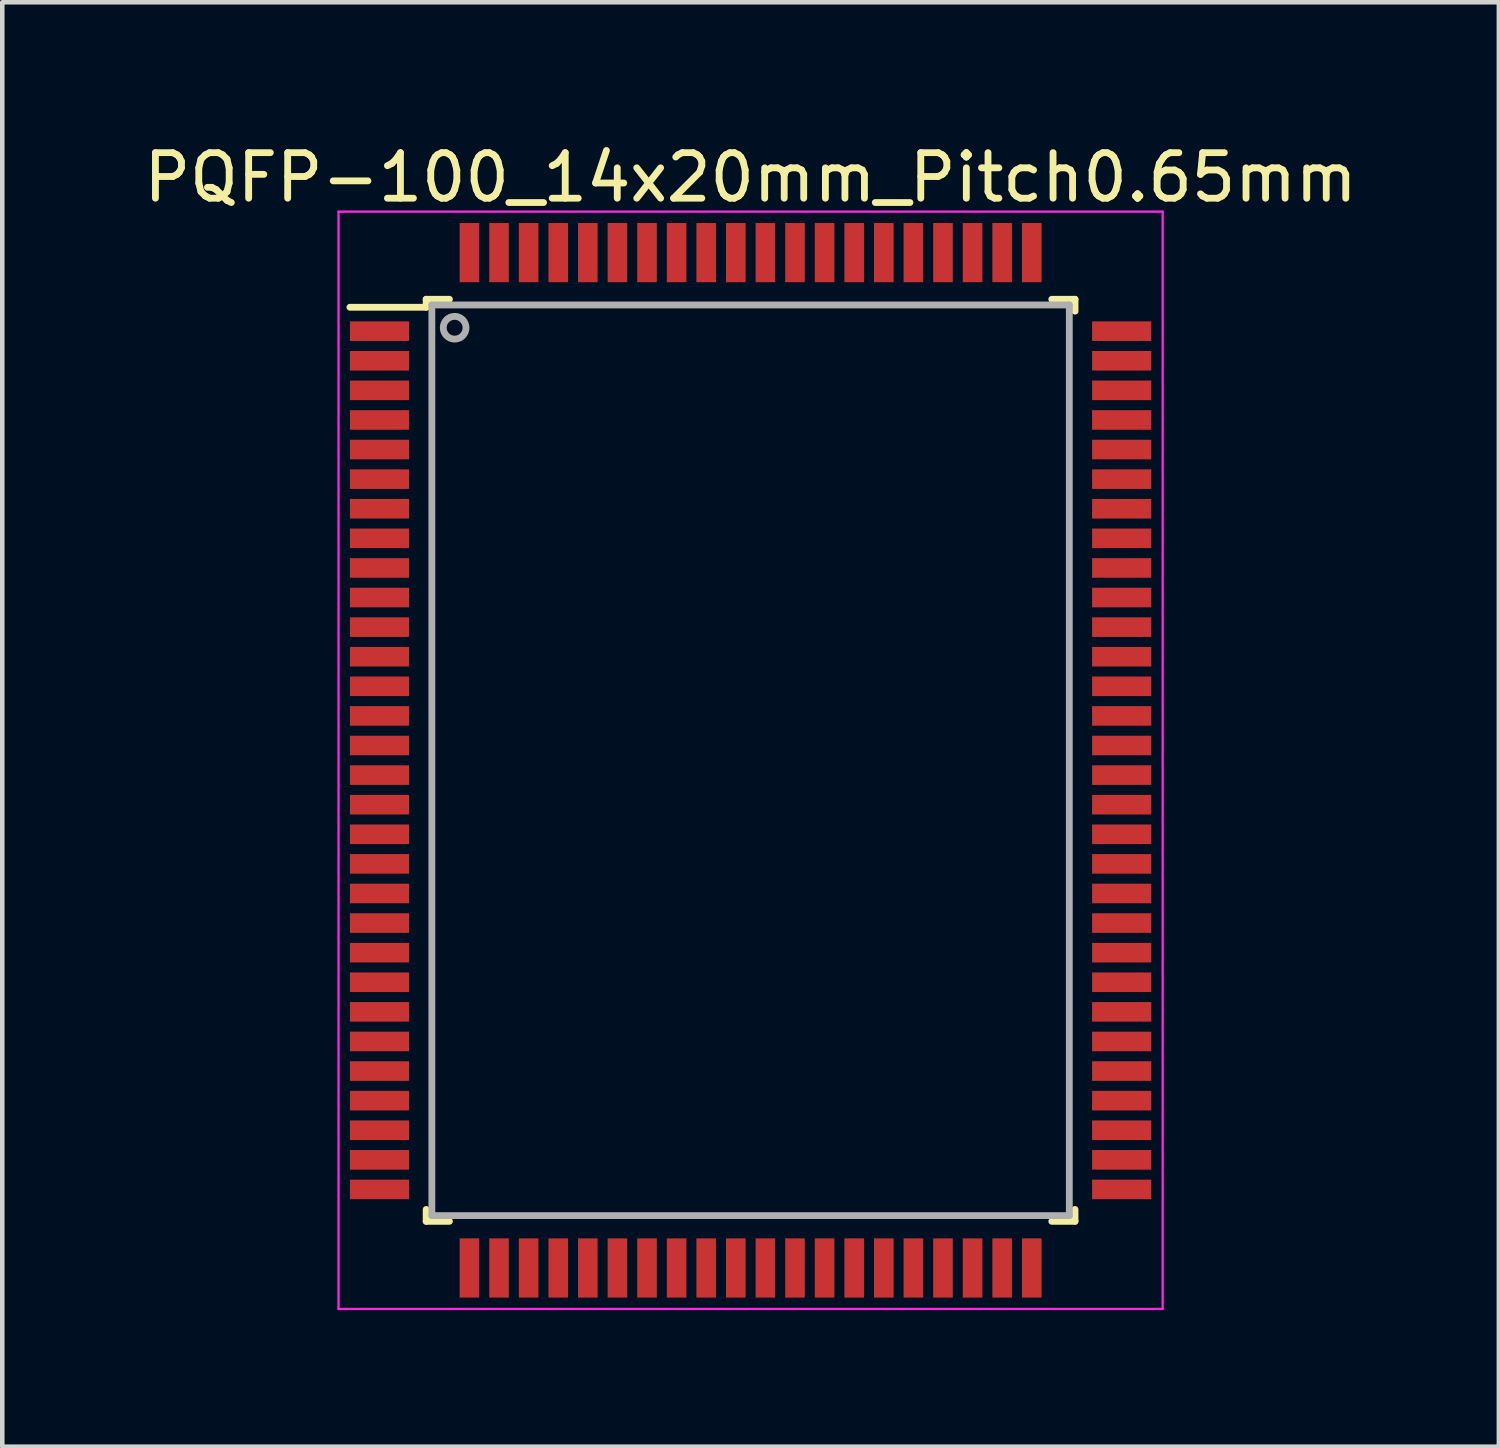
<source format=kicad_pcb>
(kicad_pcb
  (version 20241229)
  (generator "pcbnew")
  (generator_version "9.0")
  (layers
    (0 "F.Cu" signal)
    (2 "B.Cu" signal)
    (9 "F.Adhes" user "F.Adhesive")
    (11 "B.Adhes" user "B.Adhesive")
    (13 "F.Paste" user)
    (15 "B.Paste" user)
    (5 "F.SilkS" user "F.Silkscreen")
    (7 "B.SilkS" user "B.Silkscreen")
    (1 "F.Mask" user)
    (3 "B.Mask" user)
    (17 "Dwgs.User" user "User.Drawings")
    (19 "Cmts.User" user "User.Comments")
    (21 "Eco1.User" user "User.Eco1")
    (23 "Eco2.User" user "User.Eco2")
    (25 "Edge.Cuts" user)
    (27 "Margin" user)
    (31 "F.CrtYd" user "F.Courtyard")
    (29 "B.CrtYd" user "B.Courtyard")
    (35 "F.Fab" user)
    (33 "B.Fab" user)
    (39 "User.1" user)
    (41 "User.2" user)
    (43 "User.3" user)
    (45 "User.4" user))
  (footprint "PQFP-100_14x20mm_Pitch0.65mm"
    (layer "F.Cu")
    (at 13.435 13.648)
    (property "Reference" "PQFP-100_14x20mm_Pitch0.65mm" (at 0 -12.8 0) (layer "F.SilkS") (effects (font (size 1 1) (thickness 0.15))))
    (attr smd)
    (fp_line (start -7.125 -10.125) (end -7.125 -9.95) (stroke (width 0.15) (type solid)) (layer "F.SilkS"))
    (fp_line (start -7.125 -10.125) (end -6.615 -10.125) (stroke (width 0.15) (type solid)) (layer "F.SilkS"))
    (fp_line (start -7.125 -9.95) (end -8.8 -9.95) (stroke (width 0.15) (type solid)) (layer "F.SilkS"))
    (fp_line (start -7.125 10.125) (end -7.125 9.865) (stroke (width 0.15) (type solid)) (layer "F.SilkS"))
    (fp_line (start -7.125 10.125) (end -6.615 10.125) (stroke (width 0.15) (type solid)) (layer "F.SilkS"))
    (fp_line (start 7.125 -10.125) (end 6.615 -10.125) (stroke (width 0.15) (type solid)) (layer "F.SilkS"))
    (fp_line (start 7.125 -10.125) (end 7.125 -9.865) (stroke (width 0.15) (type solid)) (layer "F.SilkS"))
    (fp_line (start 7.125 10.125) (end 6.615 10.125) (stroke (width 0.15) (type solid)) (layer "F.SilkS"))
    (fp_line (start 7.125 10.125) (end 7.125 9.865) (stroke (width 0.15) (type solid)) (layer "F.SilkS"))
    (fp_line (start -9.05 -12.05) (end -9.05 12.05) (stroke (width 0.05) (type solid)) (layer "F.CrtYd"))
    (fp_line (start -9.05 -12.05) (end 9.05 -12.05) (stroke (width 0.05) (type solid)) (layer "F.CrtYd"))
    (fp_line (start -9.05 12.05) (end 9.05 12.05) (stroke (width 0.05) (type solid)) (layer "F.CrtYd"))
    (fp_line (start 9.05 -12.05) (end 9.05 12.05) (stroke (width 0.05) (type solid)) (layer "F.CrtYd"))
    (fp_line (start -7 -10) (end 7 -10) (stroke (width 0.15) (type solid)) (layer "F.Fab"))
    (fp_line (start -7 10) (end -7 -10) (stroke (width 0.15) (type solid)) (layer "F.Fab"))
    (fp_line (start 7 -10) (end 7 10) (stroke (width 0.15) (type solid)) (layer "F.Fab"))
    (fp_line (start 7 10) (end -7 10) (stroke (width 0.15) (type solid)) (layer "F.Fab"))
    (fp_circle (center -6.5 -9.5) (end -6.75 -9.5) (stroke (width 0.15) (type solid)) (fill no) (layer "F.Fab"))
    (pad "1" smd rect (at -8.15 -9.425) (size 1.3 0.43) (layers "F.Cu" "F.Mask" "F.Paste"))
    (pad "2" smd rect (at -8.15 -8.775) (size 1.3 0.43) (layers "F.Cu" "F.Mask" "F.Paste"))
    (pad "3" smd rect (at -8.15 -8.125) (size 1.3 0.43) (layers "F.Cu" "F.Mask" "F.Paste"))
    (pad "4" smd rect (at -8.15 -7.475) (size 1.3 0.43) (layers "F.Cu" "F.Mask" "F.Paste"))
    (pad "5" smd rect (at -8.15 -6.825) (size 1.3 0.43) (layers "F.Cu" "F.Mask" "F.Paste"))
    (pad "6" smd rect (at -8.15 -6.175) (size 1.3 0.43) (layers "F.Cu" "F.Mask" "F.Paste"))
    (pad "7" smd rect (at -8.15 -5.525) (size 1.3 0.43) (layers "F.Cu" "F.Mask" "F.Paste"))
    (pad "8" smd rect (at -8.15 -4.875) (size 1.3 0.43) (layers "F.Cu" "F.Mask" "F.Paste"))
    (pad "9" smd rect (at -8.15 -4.225) (size 1.3 0.43) (layers "F.Cu" "F.Mask" "F.Paste"))
    (pad "10" smd rect (at -8.15 -3.575) (size 1.3 0.43) (layers "F.Cu" "F.Mask" "F.Paste"))
    (pad "11" smd rect (at -8.15 -2.925) (size 1.3 0.43) (layers "F.Cu" "F.Mask" "F.Paste"))
    (pad "12" smd rect (at -8.15 -2.275) (size 1.3 0.43) (layers "F.Cu" "F.Mask" "F.Paste"))
    (pad "13" smd rect (at -8.15 -1.625) (size 1.3 0.43) (layers "F.Cu" "F.Mask" "F.Paste"))
    (pad "14" smd rect (at -8.15 -0.975) (size 1.3 0.43) (layers "F.Cu" "F.Mask" "F.Paste"))
    (pad "15" smd rect (at -8.15 -0.325) (size 1.3 0.43) (layers "F.Cu" "F.Mask" "F.Paste"))
    (pad "16" smd rect (at -8.15 0.325) (size 1.3 0.43) (layers "F.Cu" "F.Mask" "F.Paste"))
    (pad "17" smd rect (at -8.15 0.975) (size 1.3 0.43) (layers "F.Cu" "F.Mask" "F.Paste"))
    (pad "18" smd rect (at -8.15 1.625) (size 1.3 0.43) (layers "F.Cu" "F.Mask" "F.Paste"))
    (pad "19" smd rect (at -8.15 2.275) (size 1.3 0.43) (layers "F.Cu" "F.Mask" "F.Paste"))
    (pad "20" smd rect (at -8.15 2.925) (size 1.3 0.43) (layers "F.Cu" "F.Mask" "F.Paste"))
    (pad "21" smd rect (at -8.15 3.575) (size 1.3 0.43) (layers "F.Cu" "F.Mask" "F.Paste"))
    (pad "22" smd rect (at -8.15 4.225) (size 1.3 0.43) (layers "F.Cu" "F.Mask" "F.Paste"))
    (pad "23" smd rect (at -8.15 4.875) (size 1.3 0.43) (layers "F.Cu" "F.Mask" "F.Paste"))
    (pad "24" smd rect (at -8.15 5.525) (size 1.3 0.43) (layers "F.Cu" "F.Mask" "F.Paste"))
    (pad "25" smd rect (at -8.15 6.175) (size 1.3 0.43) (layers "F.Cu" "F.Mask" "F.Paste"))
    (pad "26" smd rect (at -8.15 6.825) (size 1.3 0.43) (layers "F.Cu" "F.Mask" "F.Paste"))
    (pad "27" smd rect (at -8.15 7.475) (size 1.3 0.43) (layers "F.Cu" "F.Mask" "F.Paste"))
    (pad "28" smd rect (at -8.15 8.125) (size 1.3 0.43) (layers "F.Cu" "F.Mask" "F.Paste"))
    (pad "29" smd rect (at -8.15 8.775) (size 1.3 0.43) (layers "F.Cu" "F.Mask" "F.Paste"))
    (pad "30" smd rect (at -8.15 9.425) (size 1.3 0.43) (layers "F.Cu" "F.Mask" "F.Paste"))
    (pad "31" smd rect (at -6.175 11.15 90) (size 1.3 0.43) (layers "F.Cu" "F.Mask" "F.Paste"))
    (pad "32" smd rect (at -5.525 11.15 90) (size 1.3 0.43) (layers "F.Cu" "F.Mask" "F.Paste"))
    (pad "33" smd rect (at -4.875 11.15 90) (size 1.3 0.43) (layers "F.Cu" "F.Mask" "F.Paste"))
    (pad "34" smd rect (at -4.225 11.15 90) (size 1.3 0.43) (layers "F.Cu" "F.Mask" "F.Paste"))
    (pad "35" smd rect (at -3.575 11.15 90) (size 1.3 0.43) (layers "F.Cu" "F.Mask" "F.Paste"))
    (pad "36" smd rect (at -2.925 11.15 90) (size 1.3 0.43) (layers "F.Cu" "F.Mask" "F.Paste"))
    (pad "37" smd rect (at -2.275 11.15 90) (size 1.3 0.43) (layers "F.Cu" "F.Mask" "F.Paste"))
    (pad "38" smd rect (at -1.625 11.15 90) (size 1.3 0.43) (layers "F.Cu" "F.Mask" "F.Paste"))
    (pad "39" smd rect (at -0.975 11.15 90) (size 1.3 0.43) (layers "F.Cu" "F.Mask" "F.Paste"))
    (pad "40" smd rect (at -0.325 11.15 90) (size 1.3 0.43) (layers "F.Cu" "F.Mask" "F.Paste"))
    (pad "41" smd rect (at 0.325 11.15 90) (size 1.3 0.43) (layers "F.Cu" "F.Mask" "F.Paste"))
    (pad "42" smd rect (at 0.975 11.15 90) (size 1.3 0.43) (layers "F.Cu" "F.Mask" "F.Paste"))
    (pad "43" smd rect (at 1.625 11.15 90) (size 1.3 0.43) (layers "F.Cu" "F.Mask" "F.Paste"))
    (pad "44" smd rect (at 2.275 11.15 90) (size 1.3 0.43) (layers "F.Cu" "F.Mask" "F.Paste"))
    (pad "45" smd rect (at 2.925 11.15 90) (size 1.3 0.43) (layers "F.Cu" "F.Mask" "F.Paste"))
    (pad "46" smd rect (at 3.575 11.15 90) (size 1.3 0.43) (layers "F.Cu" "F.Mask" "F.Paste"))
    (pad "47" smd rect (at 4.225 11.15 90) (size 1.3 0.43) (layers "F.Cu" "F.Mask" "F.Paste"))
    (pad "48" smd rect (at 4.875 11.15 90) (size 1.3 0.43) (layers "F.Cu" "F.Mask" "F.Paste"))
    (pad "49" smd rect (at 5.525 11.15 90) (size 1.3 0.43) (layers "F.Cu" "F.Mask" "F.Paste"))
    (pad "50" smd rect (at 6.175 11.15 90) (size 1.3 0.43) (layers "F.Cu" "F.Mask" "F.Paste"))
    (pad "51" smd rect (at 8.15 9.425) (size 1.3 0.43) (layers "F.Cu" "F.Mask" "F.Paste"))
    (pad "52" smd rect (at 8.15 8.775) (size 1.3 0.43) (layers "F.Cu" "F.Mask" "F.Paste"))
    (pad "53" smd rect (at 8.15 8.125) (size 1.3 0.43) (layers "F.Cu" "F.Mask" "F.Paste"))
    (pad "54" smd rect (at 8.15 7.475) (size 1.3 0.43) (layers "F.Cu" "F.Mask" "F.Paste"))
    (pad "55" smd rect (at 8.15 6.825) (size 1.3 0.43) (layers "F.Cu" "F.Mask" "F.Paste"))
    (pad "56" smd rect (at 8.15 6.175) (size 1.3 0.43) (layers "F.Cu" "F.Mask" "F.Paste"))
    (pad "57" smd rect (at 8.15 5.525) (size 1.3 0.43) (layers "F.Cu" "F.Mask" "F.Paste"))
    (pad "58" smd rect (at 8.15 4.875) (size 1.3 0.43) (layers "F.Cu" "F.Mask" "F.Paste"))
    (pad "59" smd rect (at 8.15 4.225) (size 1.3 0.43) (layers "F.Cu" "F.Mask" "F.Paste"))
    (pad "60" smd rect (at 8.15 3.575) (size 1.3 0.43) (layers "F.Cu" "F.Mask" "F.Paste"))
    (pad "61" smd rect (at 8.15 2.925) (size 1.3 0.43) (layers "F.Cu" "F.Mask" "F.Paste"))
    (pad "62" smd rect (at 8.15 2.275) (size 1.3 0.43) (layers "F.Cu" "F.Mask" "F.Paste"))
    (pad "63" smd rect (at 8.15 1.625) (size 1.3 0.43) (layers "F.Cu" "F.Mask" "F.Paste"))
    (pad "64" smd rect (at 8.15 0.975) (size 1.3 0.43) (layers "F.Cu" "F.Mask" "F.Paste"))
    (pad "65" smd rect (at 8.15 0.325) (size 1.3 0.43) (layers "F.Cu" "F.Mask" "F.Paste"))
    (pad "66" smd rect (at 8.15 -0.325) (size 1.3 0.43) (layers "F.Cu" "F.Mask" "F.Paste"))
    (pad "67" smd rect (at 8.15 -0.975) (size 1.3 0.43) (layers "F.Cu" "F.Mask" "F.Paste"))
    (pad "68" smd rect (at 8.15 -1.625) (size 1.3 0.43) (layers "F.Cu" "F.Mask" "F.Paste"))
    (pad "69" smd rect (at 8.15 -2.275) (size 1.3 0.43) (layers "F.Cu" "F.Mask" "F.Paste"))
    (pad "70" smd rect (at 8.15 -2.925) (size 1.3 0.43) (layers "F.Cu" "F.Mask" "F.Paste"))
    (pad "71" smd rect (at 8.15 -3.575) (size 1.3 0.43) (layers "F.Cu" "F.Mask" "F.Paste"))
    (pad "72" smd rect (at 8.15 -4.225) (size 1.3 0.43) (layers "F.Cu" "F.Mask" "F.Paste"))
    (pad "73" smd rect (at 8.15 -4.875) (size 1.3 0.43) (layers "F.Cu" "F.Mask" "F.Paste"))
    (pad "74" smd rect (at 8.15 -5.525) (size 1.3 0.43) (layers "F.Cu" "F.Mask" "F.Paste"))
    (pad "75" smd rect (at 8.15 -6.175) (size 1.3 0.43) (layers "F.Cu" "F.Mask" "F.Paste"))
    (pad "76" smd rect (at 8.15 -6.825) (size 1.3 0.43) (layers "F.Cu" "F.Mask" "F.Paste"))
    (pad "77" smd rect (at 8.15 -7.475) (size 1.3 0.43) (layers "F.Cu" "F.Mask" "F.Paste"))
    (pad "78" smd rect (at 8.15 -8.125) (size 1.3 0.43) (layers "F.Cu" "F.Mask" "F.Paste"))
    (pad "79" smd rect (at 8.15 -8.775) (size 1.3 0.43) (layers "F.Cu" "F.Mask" "F.Paste"))
    (pad "80" smd rect (at 8.15 -9.425) (size 1.3 0.43) (layers "F.Cu" "F.Mask" "F.Paste"))
    (pad "81" smd rect (at 6.175 -11.15 90) (size 1.3 0.43) (layers "F.Cu" "F.Mask" "F.Paste"))
    (pad "82" smd rect (at 5.525 -11.15 90) (size 1.3 0.43) (layers "F.Cu" "F.Mask" "F.Paste"))
    (pad "83" smd rect (at 4.875 -11.15 90) (size 1.3 0.43) (layers "F.Cu" "F.Mask" "F.Paste"))
    (pad "84" smd rect (at 4.225 -11.15 90) (size 1.3 0.43) (layers "F.Cu" "F.Mask" "F.Paste"))
    (pad "85" smd rect (at 3.575 -11.15 90) (size 1.3 0.43) (layers "F.Cu" "F.Mask" "F.Paste"))
    (pad "86" smd rect (at 2.925 -11.15 90) (size 1.3 0.43) (layers "F.Cu" "F.Mask" "F.Paste"))
    (pad "87" smd rect (at 2.275 -11.15 90) (size 1.3 0.43) (layers "F.Cu" "F.Mask" "F.Paste"))
    (pad "88" smd rect (at 1.625 -11.15 90) (size 1.3 0.43) (layers "F.Cu" "F.Mask" "F.Paste"))
    (pad "89" smd rect (at 0.975 -11.15 90) (size 1.3 0.43) (layers "F.Cu" "F.Mask" "F.Paste"))
    (pad "90" smd rect (at 0.325 -11.15 90) (size 1.3 0.43) (layers "F.Cu" "F.Mask" "F.Paste"))
    (pad "91" smd rect (at -0.325 -11.15 90) (size 1.3 0.43) (layers "F.Cu" "F.Mask" "F.Paste"))
    (pad "92" smd rect (at -0.975 -11.15 90) (size 1.3 0.43) (layers "F.Cu" "F.Mask" "F.Paste"))
    (pad "93" smd rect (at -1.625 -11.15 90) (size 1.3 0.43) (layers "F.Cu" "F.Mask" "F.Paste"))
    (pad "94" smd rect (at -2.275 -11.15 90) (size 1.3 0.43) (layers "F.Cu" "F.Mask" "F.Paste"))
    (pad "95" smd rect (at -2.925 -11.15 90) (size 1.3 0.43) (layers "F.Cu" "F.Mask" "F.Paste"))
    (pad "96" smd rect (at -3.575 -11.15 90) (size 1.3 0.43) (layers "F.Cu" "F.Mask" "F.Paste"))
    (pad "97" smd rect (at -4.225 -11.15 90) (size 1.3 0.43) (layers "F.Cu" "F.Mask" "F.Paste"))
    (pad "98" smd rect (at -4.875 -11.15 90) (size 1.3 0.43) (layers "F.Cu" "F.Mask" "F.Paste"))
    (pad "99" smd rect (at -5.525 -11.15 90) (size 1.3 0.43) (layers "F.Cu" "F.Mask" "F.Paste"))
    (pad "100" smd rect (at -6.175 -11.15 90) (size 1.3 0.43) (layers "F.Cu" "F.Mask" "F.Paste")))
  (gr_rect
    (start -3 -3)
    (end 29.869 28.723)
    (stroke (width 0.1) (type default))
    (fill no)
    (layer "Edge.Cuts")))
</source>
